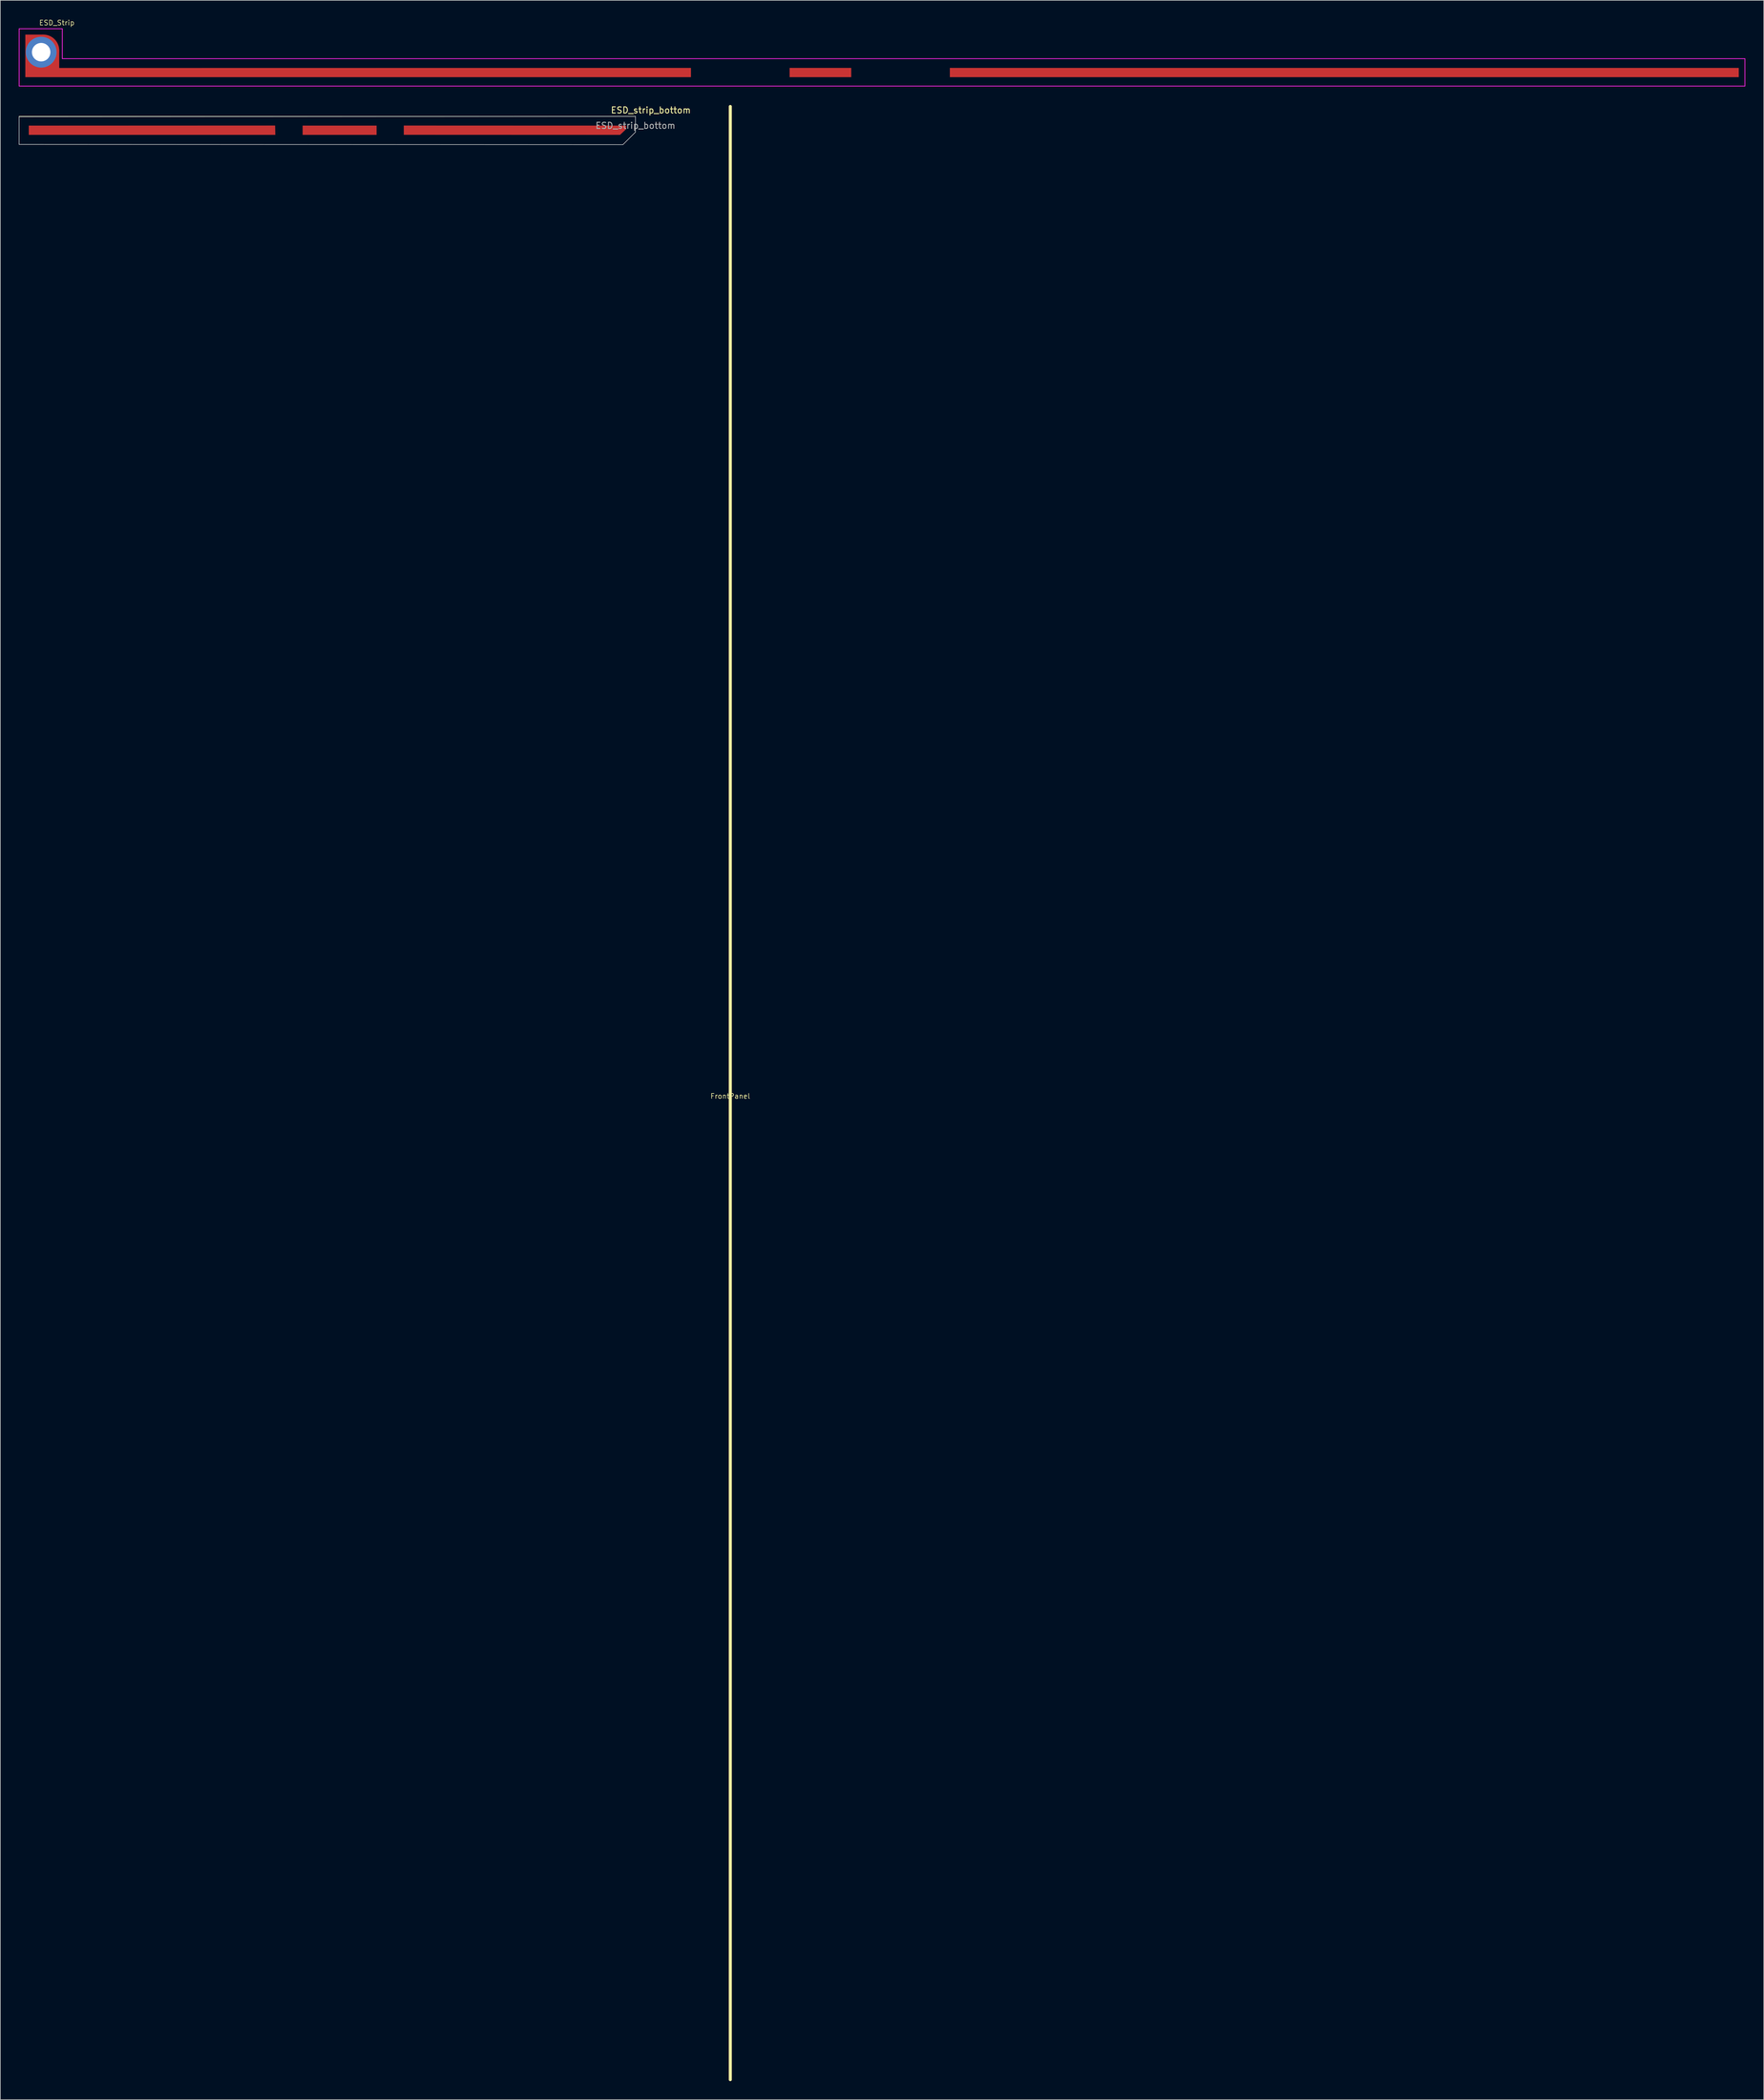
<source format=kicad_pcb>
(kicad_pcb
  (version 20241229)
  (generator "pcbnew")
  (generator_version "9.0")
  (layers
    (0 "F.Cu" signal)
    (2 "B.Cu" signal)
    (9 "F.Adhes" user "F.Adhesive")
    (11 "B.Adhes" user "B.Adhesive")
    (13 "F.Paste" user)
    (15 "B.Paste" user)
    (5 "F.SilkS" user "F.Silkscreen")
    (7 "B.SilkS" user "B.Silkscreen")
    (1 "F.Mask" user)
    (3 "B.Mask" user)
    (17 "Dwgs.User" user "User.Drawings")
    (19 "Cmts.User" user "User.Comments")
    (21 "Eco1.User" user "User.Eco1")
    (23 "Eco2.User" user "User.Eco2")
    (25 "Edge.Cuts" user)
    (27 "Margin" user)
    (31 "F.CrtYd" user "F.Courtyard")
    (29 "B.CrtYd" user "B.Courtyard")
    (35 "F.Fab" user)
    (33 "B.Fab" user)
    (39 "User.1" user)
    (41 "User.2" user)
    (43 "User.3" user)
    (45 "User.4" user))
  (footprint "ESD_strip_bottom"
    (layer "F.Cu")
    (at 100.05 14.822)
    (property "Reference" "ESD_strip_bottom" (at 2.5 0 0) (unlocked yes) (layer "F.SilkS") (effects (font (size 1 1) (thickness 0.15))))
    (attr smd)
    (fp_line (start 0 1) (end -100 1) (stroke (width 0.1) (type default)) (layer "F.SilkS"))
    (fp_line (start -100 1.05) (end -100 5.55) (stroke (width 0.1) (type solid)) (layer "Dwgs.User"))
    (fp_line (start -100 1.05) (end 0 1) (stroke (width 0.1) (type solid)) (layer "Dwgs.User"))
    (fp_line (start -2.032 5.588) (end -100 5.55) (stroke (width 0.1) (type solid)) (layer "Dwgs.User"))
    (fp_line (start 0 1) (end 0 3.556) (stroke (width 0.1) (type default)) (layer "Dwgs.User"))
    (fp_line (start 0 3.556) (end -2.032 5.588) (stroke (width 0.1) (type default)) (layer "Dwgs.User"))
    (fp_text user "${REFERENCE}" (at 0 2.5 0) (unlocked yes) (layer "F.Fab") (effects (font (size 1 1) (thickness 0.15))))
    (pad "1" smd custom (at -5.028 2.992) (size 1 1) (layers "F.Cu" "F.Mask") (options (anchor rect)) (primitives (gr_poly (pts (xy -32.56 -0.5) (xy 3.524 -0.492) (xy 3.524 0.074) (xy 2.528 1.008) (xy -32.556 1)) (width 0) (fill yes))))
    (pad "2" smd custom (at -43 3.5) (size 1 1) (layers "F.Cu" "F.Mask") (options (anchor rect)) (primitives (gr_poly (pts (xy -11 -1) (xy 1 -1) (xy 1 0.5) (xy -11 0.5)) (width 0) (fill yes))))
    (pad "3" smd custom (at -79 3.5) (size 1 1) (layers "F.Cu" "F.Mask") (options (anchor rect)) (primitives (gr_poly (pts (xy -19.43 -1) (xy 20.54 -1.01) (xy 20.57 0.5) (xy -19.43 0.5)) (width 0) (fill yes)))))
  (footprint "ESD_Strip"
    (layer "F.Cu")
    (at 3.63 5.413)
    (property "Reference" "ESD_Strip" (at 2.54 -4.77 0) (layer "F.SilkS") (effects (font (size 0.8 0.8) (thickness 0.1))))
    (attr through_hole)
    (fp_poly (pts (xy 0.35 -2.85) (xy -2.57 -2.85) (xy -2.57 4.05) (xy 105.43 4.05) (xy 105.43 2.55) (xy 2.93 2.56) (xy 2.93 -0.39)) (stroke (width 0) (type solid)) (fill yes) (layer "F.Cu"))
    (fp_poly (pts (xy 0.35 -2.85) (xy -2.57 -2.85) (xy -2.57 4.05) (xy 105.43 4.05) (xy 105.43 2.55) (xy 2.93 2.56) (xy 2.93 -0.39)) (stroke (width 0) (type solid)) (fill yes) (layer "F.Mask"))
    (fp_line (start -3.57 -3.8) (end -3.57 5.5) (stroke (width 0.12) (type solid)) (layer "F.CrtYd"))
    (fp_line (start -3.57 5.5) (end 276.43 5.5) (stroke (width 0.12) (type solid)) (layer "F.CrtYd"))
    (fp_line (start 0 -3.8) (end -3.57 -3.8) (stroke (width 0.12) (type solid)) (layer "F.CrtYd"))
    (fp_line (start 3.43 -3.8) (end 0 -3.8) (stroke (width 0.12) (type solid)) (layer "F.CrtYd"))
    (fp_line (start 3.43 1.05) (end 3.43 -3.8) (stroke (width 0.12) (type solid)) (layer "F.CrtYd"))
    (fp_line (start 276.43 1.05) (end 3.43 1.05) (stroke (width 0.12) (type solid)) (layer "F.CrtYd"))
    (fp_line (start 276.43 5.5) (end 276.43 1.05) (stroke (width 0.12) (type solid)) (layer "F.CrtYd"))
    (pad "1" smd rect (at 211.43 3.3) (size 128 1.5) (layers "F.Cu" "F.Mask"))
    (pad "2" smd rect (at 126.43 3.3) (size 10 1.5) (layers "F.Cu" "F.Mask"))
    (pad "3" thru_hole circle (at 0 0) (size 5 5) (drill 3) (layers "*.Cu" "*.Mask"))
    (pad "3" smd circle (at 0.36 -0.28) (size 5.14 5.14) (layers "F.Cu" "F.Mask" "F.Paste")))
  (footprint "FrontPanel"
    (layer "F.Cu")
    (at 115.44 174.224)
    (property "Reference" "FrontPanel" (at 0 0.5 0) (layer "F.SilkS") (effects (font (size 0.8 0.8) (thickness 0.1))))
    (attr exclude_from_pos_files exclude_from_bom)
    (fp_line (start 0 -160) (end 0 160) (stroke (width 0.5) (type solid)) (layer "F.SilkS")))
  (gr_rect
    (start -3 -3)
    (end 283.12 337.474)
    (stroke (width 0.1) (type default))
    (fill no)
    (layer "Edge.Cuts")))
</source>
